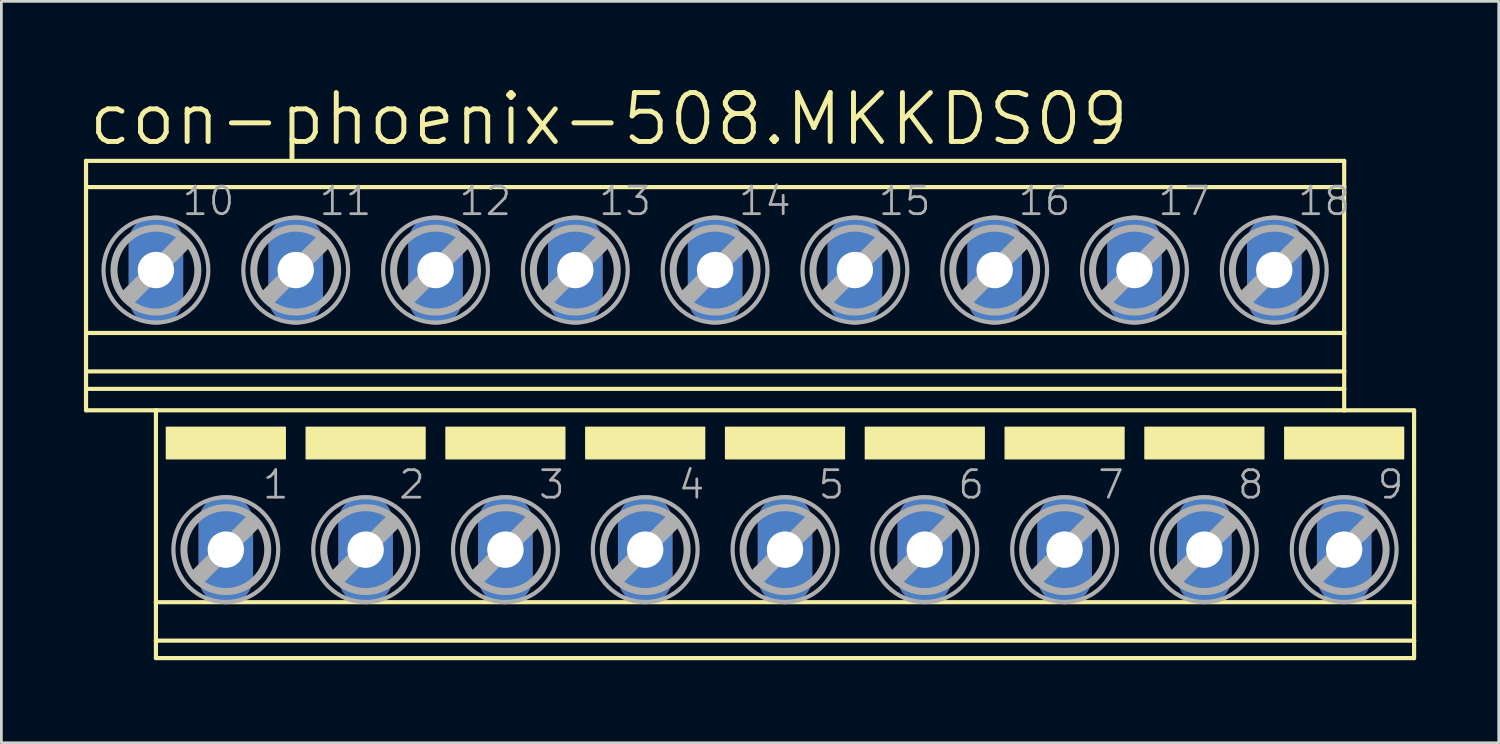
<source format=kicad_pcb>
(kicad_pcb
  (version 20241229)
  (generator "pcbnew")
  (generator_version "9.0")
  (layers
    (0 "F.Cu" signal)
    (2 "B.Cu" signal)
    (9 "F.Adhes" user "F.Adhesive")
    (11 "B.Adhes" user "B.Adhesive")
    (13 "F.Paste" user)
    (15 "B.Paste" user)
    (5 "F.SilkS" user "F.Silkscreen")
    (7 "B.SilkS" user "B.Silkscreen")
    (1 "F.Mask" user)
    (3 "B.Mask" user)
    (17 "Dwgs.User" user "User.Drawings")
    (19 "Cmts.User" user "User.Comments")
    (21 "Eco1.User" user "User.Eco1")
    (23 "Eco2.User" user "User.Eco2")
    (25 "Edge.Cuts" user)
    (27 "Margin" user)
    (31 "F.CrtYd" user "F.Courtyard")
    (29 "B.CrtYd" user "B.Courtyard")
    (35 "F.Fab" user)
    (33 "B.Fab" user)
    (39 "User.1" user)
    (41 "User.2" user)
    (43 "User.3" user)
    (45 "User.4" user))
  (footprint "con-phoenix-508.MKKDS09"
    (layer "F.Cu")
    (at 24.206 11.843)
    (property "Reference" "con-phoenix-508.MKKDS09" (at -24.13 -9.525 0) (layer "F.SilkS") (effects (font (size 1.778 1.778) (thickness 0.18)) (justify left bottom)))
    (attr through_hole)
    (fp_line (start -24.13 -9.047) (end -24.13 -8.094) (stroke (width 0.152) (type default)) (layer "F.SilkS"))
    (fp_line (start -24.13 -9.047) (end 21.59 -9.047) (stroke (width 0.152) (type default)) (layer "F.SilkS"))
    (fp_line (start -24.13 -8.094) (end -24.13 -2.794) (stroke (width 0.152) (type default)) (layer "F.SilkS"))
    (fp_line (start -24.13 -8.094) (end 21.59 -8.094) (stroke (width 0.152) (type default)) (layer "F.SilkS"))
    (fp_line (start -24.13 -2.794) (end -24.13 -1.397) (stroke (width 0.152) (type default)) (layer "F.SilkS"))
    (fp_line (start -24.13 -2.794) (end 21.59 -2.794) (stroke (width 0.152) (type default)) (layer "F.SilkS"))
    (fp_line (start -24.13 -1.397) (end -24.13 -0.762) (stroke (width 0.152) (type default)) (layer "F.SilkS"))
    (fp_line (start -24.13 -1.397) (end 21.59 -1.397) (stroke (width 0.152) (type default)) (layer "F.SilkS"))
    (fp_line (start -24.13 -0.762) (end -24.13 0.016) (stroke (width 0.152) (type default)) (layer "F.SilkS"))
    (fp_line (start -24.13 -0.762) (end 21.59 -0.762) (stroke (width 0.152) (type default)) (layer "F.SilkS"))
    (fp_line (start -24.13 0.016) (end -21.59 0.016) (stroke (width 0.152) (type default)) (layer "F.SilkS"))
    (fp_line (start -21.59 0.016) (end -21.59 6.99) (stroke (width 0.152) (type default)) (layer "F.SilkS"))
    (fp_line (start -21.59 0.016) (end 21.59 0.016) (stroke (width 0.152) (type default)) (layer "F.SilkS"))
    (fp_line (start -21.59 6.99) (end -21.59 8.387) (stroke (width 0.152) (type default)) (layer "F.SilkS"))
    (fp_line (start -21.59 6.99) (end 24.13 6.99) (stroke (width 0.152) (type default)) (layer "F.SilkS"))
    (fp_line (start -21.59 8.387) (end -21.59 9.022) (stroke (width 0.152) (type default)) (layer "F.SilkS"))
    (fp_line (start -21.59 8.387) (end 24.13 8.387) (stroke (width 0.152) (type default)) (layer "F.SilkS"))
    (fp_line (start -21.59 9.022) (end 24.13 9.022) (stroke (width 0.152) (type default)) (layer "F.SilkS"))
    (fp_line (start 21.59 -9.047) (end 21.59 -8.094) (stroke (width 0.152) (type default)) (layer "F.SilkS"))
    (fp_line (start 21.59 -8.094) (end 21.59 -2.794) (stroke (width 0.152) (type default)) (layer "F.SilkS"))
    (fp_line (start 21.59 -2.794) (end 21.59 -1.397) (stroke (width 0.152) (type default)) (layer "F.SilkS"))
    (fp_line (start 21.59 -1.397) (end 21.59 -0.762) (stroke (width 0.152) (type default)) (layer "F.SilkS"))
    (fp_line (start 21.59 -0.762) (end 21.59 0.016) (stroke (width 0.152) (type default)) (layer "F.SilkS"))
    (fp_line (start 24.13 0.016) (end 21.59 0.016) (stroke (width 0.152) (type default)) (layer "F.SilkS"))
    (fp_line (start 24.13 0.016) (end 24.13 6.99) (stroke (width 0.152) (type default)) (layer "F.SilkS"))
    (fp_line (start 24.13 6.99) (end 24.13 8.387) (stroke (width 0.152) (type default)) (layer "F.SilkS"))
    (fp_line (start 24.13 8.387) (end 24.13 9.022) (stroke (width 0.152) (type default)) (layer "F.SilkS"))
    (fp_rect (start -21.209 1.778) (end -16.891 0.635) (stroke (width 0.05) (type default)) (fill yes) (layer "F.SilkS"))
    (fp_rect (start -16.129 1.778) (end -11.811 0.635) (stroke (width 0.05) (type default)) (fill yes) (layer "F.SilkS"))
    (fp_rect (start -11.049 1.778) (end -6.731 0.635) (stroke (width 0.05) (type default)) (fill yes) (layer "F.SilkS"))
    (fp_rect (start -5.969 1.778) (end -1.651 0.635) (stroke (width 0.05) (type default)) (fill yes) (layer "F.SilkS"))
    (fp_rect (start -0.889 1.778) (end 3.429 0.635) (stroke (width 0.05) (type default)) (fill yes) (layer "F.SilkS"))
    (fp_rect (start 4.191 1.778) (end 8.509 0.635) (stroke (width 0.05) (type default)) (fill yes) (layer "F.SilkS"))
    (fp_rect (start 9.271 1.778) (end 13.589 0.635) (stroke (width 0.05) (type default)) (fill yes) (layer "F.SilkS"))
    (fp_rect (start 14.351 1.778) (end 18.669 0.635) (stroke (width 0.05) (type default)) (fill yes) (layer "F.SilkS"))
    (fp_rect (start 19.431 1.778) (end 23.749 0.635) (stroke (width 0.05) (type default)) (fill yes) (layer "F.SilkS"))
    (fp_line (start -22.53 -4.163) (end -20.676 -6.017) (stroke (width 0.61) (type default)) (layer "F.Fab"))
    (fp_line (start -19.99 5.994) (end -18.136 4.14) (stroke (width 0.61) (type default)) (layer "F.Fab"))
    (fp_line (start -17.45 -4.163) (end -15.596 -6.017) (stroke (width 0.61) (type default)) (layer "F.Fab"))
    (fp_line (start -14.91 5.994) (end -13.056 4.14) (stroke (width 0.61) (type default)) (layer "F.Fab"))
    (fp_line (start -12.37 -4.163) (end -10.516 -6.017) (stroke (width 0.61) (type default)) (layer "F.Fab"))
    (fp_line (start -9.83 5.994) (end -7.976 4.14) (stroke (width 0.61) (type default)) (layer "F.Fab"))
    (fp_line (start -7.29 -4.163) (end -5.436 -6.017) (stroke (width 0.61) (type default)) (layer "F.Fab"))
    (fp_line (start -4.75 5.994) (end -2.896 4.14) (stroke (width 0.61) (type default)) (layer "F.Fab"))
    (fp_line (start -2.21 -4.163) (end -0.356 -6.017) (stroke (width 0.61) (type default)) (layer "F.Fab"))
    (fp_line (start 0.33 5.994) (end 2.184 4.14) (stroke (width 0.61) (type default)) (layer "F.Fab"))
    (fp_line (start 2.87 -4.163) (end 4.724 -6.017) (stroke (width 0.61) (type default)) (layer "F.Fab"))
    (fp_line (start 5.41 5.994) (end 7.264 4.14) (stroke (width 0.61) (type default)) (layer "F.Fab"))
    (fp_line (start 7.95 -4.163) (end 9.804 -6.017) (stroke (width 0.61) (type default)) (layer "F.Fab"))
    (fp_line (start 10.49 5.994) (end 12.344 4.14) (stroke (width 0.61) (type default)) (layer "F.Fab"))
    (fp_line (start 13.03 -4.163) (end 14.884 -6.017) (stroke (width 0.61) (type default)) (layer "F.Fab"))
    (fp_line (start 15.57 5.994) (end 17.424 4.14) (stroke (width 0.61) (type default)) (layer "F.Fab"))
    (fp_line (start 18.11 -4.163) (end 19.964 -6.017) (stroke (width 0.61) (type default)) (layer "F.Fab"))
    (fp_line (start 20.65 5.994) (end 22.504 4.14) (stroke (width 0.61) (type default)) (layer "F.Fab"))
    (fp_circle (center -21.59 -5.077) (end -20.066 -5.077) (stroke (width 0.254) (type default)) (fill no) (layer "F.Fab"))
    (fp_circle (center -21.59 -5.077) (end -19.685 -5.077) (stroke (width 0.152) (type default)) (fill no) (layer "F.Fab"))
    (fp_circle (center -19.05 5.08) (end -17.526 5.08) (stroke (width 0.254) (type default)) (fill no) (layer "F.Fab"))
    (fp_circle (center -19.05 5.08) (end -17.145 5.08) (stroke (width 0.152) (type default)) (fill no) (layer "F.Fab"))
    (fp_circle (center -16.51 -5.077) (end -14.986 -5.077) (stroke (width 0.254) (type default)) (fill no) (layer "F.Fab"))
    (fp_circle (center -16.51 -5.077) (end -14.605 -5.077) (stroke (width 0.152) (type default)) (fill no) (layer "F.Fab"))
    (fp_circle (center -13.97 5.08) (end -12.446 5.08) (stroke (width 0.254) (type default)) (fill no) (layer "F.Fab"))
    (fp_circle (center -13.97 5.08) (end -12.065 5.08) (stroke (width 0.152) (type default)) (fill no) (layer "F.Fab"))
    (fp_circle (center -11.43 -5.077) (end -9.906 -5.077) (stroke (width 0.254) (type default)) (fill no) (layer "F.Fab"))
    (fp_circle (center -11.43 -5.077) (end -9.525 -5.077) (stroke (width 0.152) (type default)) (fill no) (layer "F.Fab"))
    (fp_circle (center -8.89 5.08) (end -7.366 5.08) (stroke (width 0.254) (type default)) (fill no) (layer "F.Fab"))
    (fp_circle (center -8.89 5.08) (end -6.985 5.08) (stroke (width 0.152) (type default)) (fill no) (layer "F.Fab"))
    (fp_circle (center -6.35 -5.077) (end -4.826 -5.077) (stroke (width 0.254) (type default)) (fill no) (layer "F.Fab"))
    (fp_circle (center -6.35 -5.077) (end -4.445 -5.077) (stroke (width 0.152) (type default)) (fill no) (layer "F.Fab"))
    (fp_circle (center -3.81 5.08) (end -2.286 5.08) (stroke (width 0.254) (type default)) (fill no) (layer "F.Fab"))
    (fp_circle (center -3.81 5.08) (end -1.905 5.08) (stroke (width 0.152) (type default)) (fill no) (layer "F.Fab"))
    (fp_circle (center -1.27 -5.077) (end 0.254 -5.077) (stroke (width 0.254) (type default)) (fill no) (layer "F.Fab"))
    (fp_circle (center -1.27 -5.077) (end 0.635 -5.077) (stroke (width 0.152) (type default)) (fill no) (layer "F.Fab"))
    (fp_circle (center 1.27 5.08) (end 2.794 5.08) (stroke (width 0.254) (type default)) (fill no) (layer "F.Fab"))
    (fp_circle (center 1.27 5.08) (end 3.175 5.08) (stroke (width 0.152) (type default)) (fill no) (layer "F.Fab"))
    (fp_circle (center 3.81 -5.077) (end 5.334 -5.077) (stroke (width 0.254) (type default)) (fill no) (layer "F.Fab"))
    (fp_circle (center 3.81 -5.077) (end 5.715 -5.077) (stroke (width 0.152) (type default)) (fill no) (layer "F.Fab"))
    (fp_circle (center 6.35 5.08) (end 7.874 5.08) (stroke (width 0.254) (type default)) (fill no) (layer "F.Fab"))
    (fp_circle (center 6.35 5.08) (end 8.255 5.08) (stroke (width 0.152) (type default)) (fill no) (layer "F.Fab"))
    (fp_circle (center 8.89 -5.077) (end 10.414 -5.077) (stroke (width 0.254) (type default)) (fill no) (layer "F.Fab"))
    (fp_circle (center 8.89 -5.077) (end 10.795 -5.077) (stroke (width 0.152) (type default)) (fill no) (layer "F.Fab"))
    (fp_circle (center 11.43 5.08) (end 12.954 5.08) (stroke (width 0.254) (type default)) (fill no) (layer "F.Fab"))
    (fp_circle (center 11.43 5.08) (end 13.335 5.08) (stroke (width 0.152) (type default)) (fill no) (layer "F.Fab"))
    (fp_circle (center 13.97 -5.077) (end 15.494 -5.077) (stroke (width 0.254) (type default)) (fill no) (layer "F.Fab"))
    (fp_circle (center 13.97 -5.077) (end 15.875 -5.077) (stroke (width 0.152) (type default)) (fill no) (layer "F.Fab"))
    (fp_circle (center 16.51 5.08) (end 18.034 5.08) (stroke (width 0.254) (type default)) (fill no) (layer "F.Fab"))
    (fp_circle (center 16.51 5.08) (end 18.415 5.08) (stroke (width 0.152) (type default)) (fill no) (layer "F.Fab"))
    (fp_circle (center 19.05 -5.077) (end 20.574 -5.077) (stroke (width 0.254) (type default)) (fill no) (layer "F.Fab"))
    (fp_circle (center 19.05 -5.077) (end 20.955 -5.077) (stroke (width 0.152) (type default)) (fill no) (layer "F.Fab"))
    (fp_circle (center 21.59 5.08) (end 23.114 5.08) (stroke (width 0.254) (type default)) (fill no) (layer "F.Fab"))
    (fp_circle (center 21.59 5.08) (end 23.495 5.08) (stroke (width 0.152) (type default)) (fill no) (layer "F.Fab"))
    (fp_text user "17" (at 14.759 -7.001 0) (layer "F.Fab") (effects (font (size 1 1) (thickness 0.1)) (justify left bottom)))
    (fp_text user "2" (at -12.827 3.302 0) (layer "F.Fab") (effects (font (size 1 1) (thickness 0.1)) (justify left bottom)))
    (fp_text user "13" (at -5.561 -7.001 0) (layer "F.Fab") (effects (font (size 1 1) (thickness 0.1)) (justify left bottom)))
    (fp_text user "12" (at -10.641 -7.001 0) (layer "F.Fab") (effects (font (size 1 1) (thickness 0.1)) (justify left bottom)))
    (fp_text user "7" (at 12.573 3.302 0) (layer "F.Fab") (effects (font (size 1 1) (thickness 0.1)) (justify left bottom)))
    (fp_text user "11" (at -15.721 -7.001 0) (layer "F.Fab") (effects (font (size 1 1) (thickness 0.1)) (justify left bottom)))
    (fp_text user "8" (at 17.653 3.302 0) (layer "F.Fab") (effects (font (size 1 1) (thickness 0.1)) (justify left bottom)))
    (fp_text user "4" (at -2.667 3.302 0) (layer "F.Fab") (effects (font (size 1 1) (thickness 0.1)) (justify left bottom)))
    (fp_text user "9" (at 22.733 3.302 0) (layer "F.Fab") (effects (font (size 1 1) (thickness 0.1)) (justify left bottom)))
    (fp_text user "15" (at 4.599 -7.001 0) (layer "F.Fab") (effects (font (size 1 1) (thickness 0.1)) (justify left bottom)))
    (fp_text user "16" (at 9.679 -7.001 0) (layer "F.Fab") (effects (font (size 1 1) (thickness 0.1)) (justify left bottom)))
    (fp_text user "1" (at -17.78 3.302 0) (layer "F.Fab") (effects (font (size 1 1) (thickness 0.1)) (justify left bottom)))
    (fp_text user "6" (at 7.493 3.302 0) (layer "F.Fab") (effects (font (size 1 1) (thickness 0.1)) (justify left bottom)))
    (fp_text user "18" (at 19.839 -7.001 0) (layer "F.Fab") (effects (font (size 1 1) (thickness 0.1)) (justify left bottom)))
    (fp_text user "14" (at -0.481 -7.001 0) (layer "F.Fab") (effects (font (size 1 1) (thickness 0.1)) (justify left bottom)))
    (fp_text user "3" (at -7.747 3.302 0) (layer "F.Fab") (effects (font (size 1 1) (thickness 0.1)) (justify left bottom)))
    (fp_text user "10" (at -20.701 -7.001 0) (layer "F.Fab") (effects (font (size 1 1) (thickness 0.1)) (justify left bottom)))
    (fp_text user "5" (at 2.413 3.302 0) (layer "F.Fab") (effects (font (size 1 1) (thickness 0.1)) (justify left bottom)))
    (pad "1" thru_hole oval (at -19.05 5.08 90) (size 3.962 1.981) (drill 1.321) (layers "*.Cu" "*.Mask"))
    (pad "2" thru_hole oval (at -13.97 5.08 90) (size 3.962 1.981) (drill 1.321) (layers "*.Cu" "*.Mask"))
    (pad "3" thru_hole oval (at -8.89 5.08 90) (size 3.962 1.981) (drill 1.321) (layers "*.Cu" "*.Mask"))
    (pad "4" thru_hole oval (at -3.81 5.08 90) (size 3.962 1.981) (drill 1.321) (layers "*.Cu" "*.Mask"))
    (pad "5" thru_hole oval (at 1.27 5.08 90) (size 3.962 1.981) (drill 1.321) (layers "*.Cu" "*.Mask"))
    (pad "6" thru_hole oval (at 6.35 5.08 90) (size 3.962 1.981) (drill 1.321) (layers "*.Cu" "*.Mask"))
    (pad "7" thru_hole oval (at 11.43 5.08 90) (size 3.962 1.981) (drill 1.321) (layers "*.Cu" "*.Mask"))
    (pad "8" thru_hole oval (at 16.51 5.08 90) (size 3.962 1.981) (drill 1.321) (layers "*.Cu" "*.Mask"))
    (pad "9" thru_hole oval (at 21.59 5.08 90) (size 3.962 1.981) (drill 1.321) (layers "*.Cu" "*.Mask"))
    (pad "10" thru_hole oval (at -21.59 -5.08 90) (size 3.962 1.981) (drill 1.321) (layers "*.Cu" "*.Mask"))
    (pad "11" thru_hole oval (at -16.51 -5.08 90) (size 3.962 1.981) (drill 1.321) (layers "*.Cu" "*.Mask"))
    (pad "12" thru_hole oval (at -11.43 -5.08 90) (size 3.962 1.981) (drill 1.321) (layers "*.Cu" "*.Mask"))
    (pad "13" thru_hole oval (at -6.35 -5.08 90) (size 3.962 1.981) (drill 1.321) (layers "*.Cu" "*.Mask"))
    (pad "14" thru_hole oval (at -1.27 -5.08 90) (size 3.962 1.981) (drill 1.321) (layers "*.Cu" "*.Mask"))
    (pad "15" thru_hole oval (at 3.81 -5.08 90) (size 3.962 1.981) (drill 1.321) (layers "*.Cu" "*.Mask"))
    (pad "16" thru_hole oval (at 8.89 -5.08 90) (size 3.962 1.981) (drill 1.321) (layers "*.Cu" "*.Mask"))
    (pad "17" thru_hole oval (at 13.97 -5.08 90) (size 3.962 1.981) (drill 1.321) (layers "*.Cu" "*.Mask"))
    (pad "18" thru_hole oval (at 19.05 -5.08 90) (size 3.962 1.981) (drill 1.321) (layers "*.Cu" "*.Mask")))
  (gr_rect
    (start -3 -3)
    (end 51.412 23.941)
    (stroke (width 0.1) (type default))
    (fill no)
    (layer "Edge.Cuts")))
</source>
